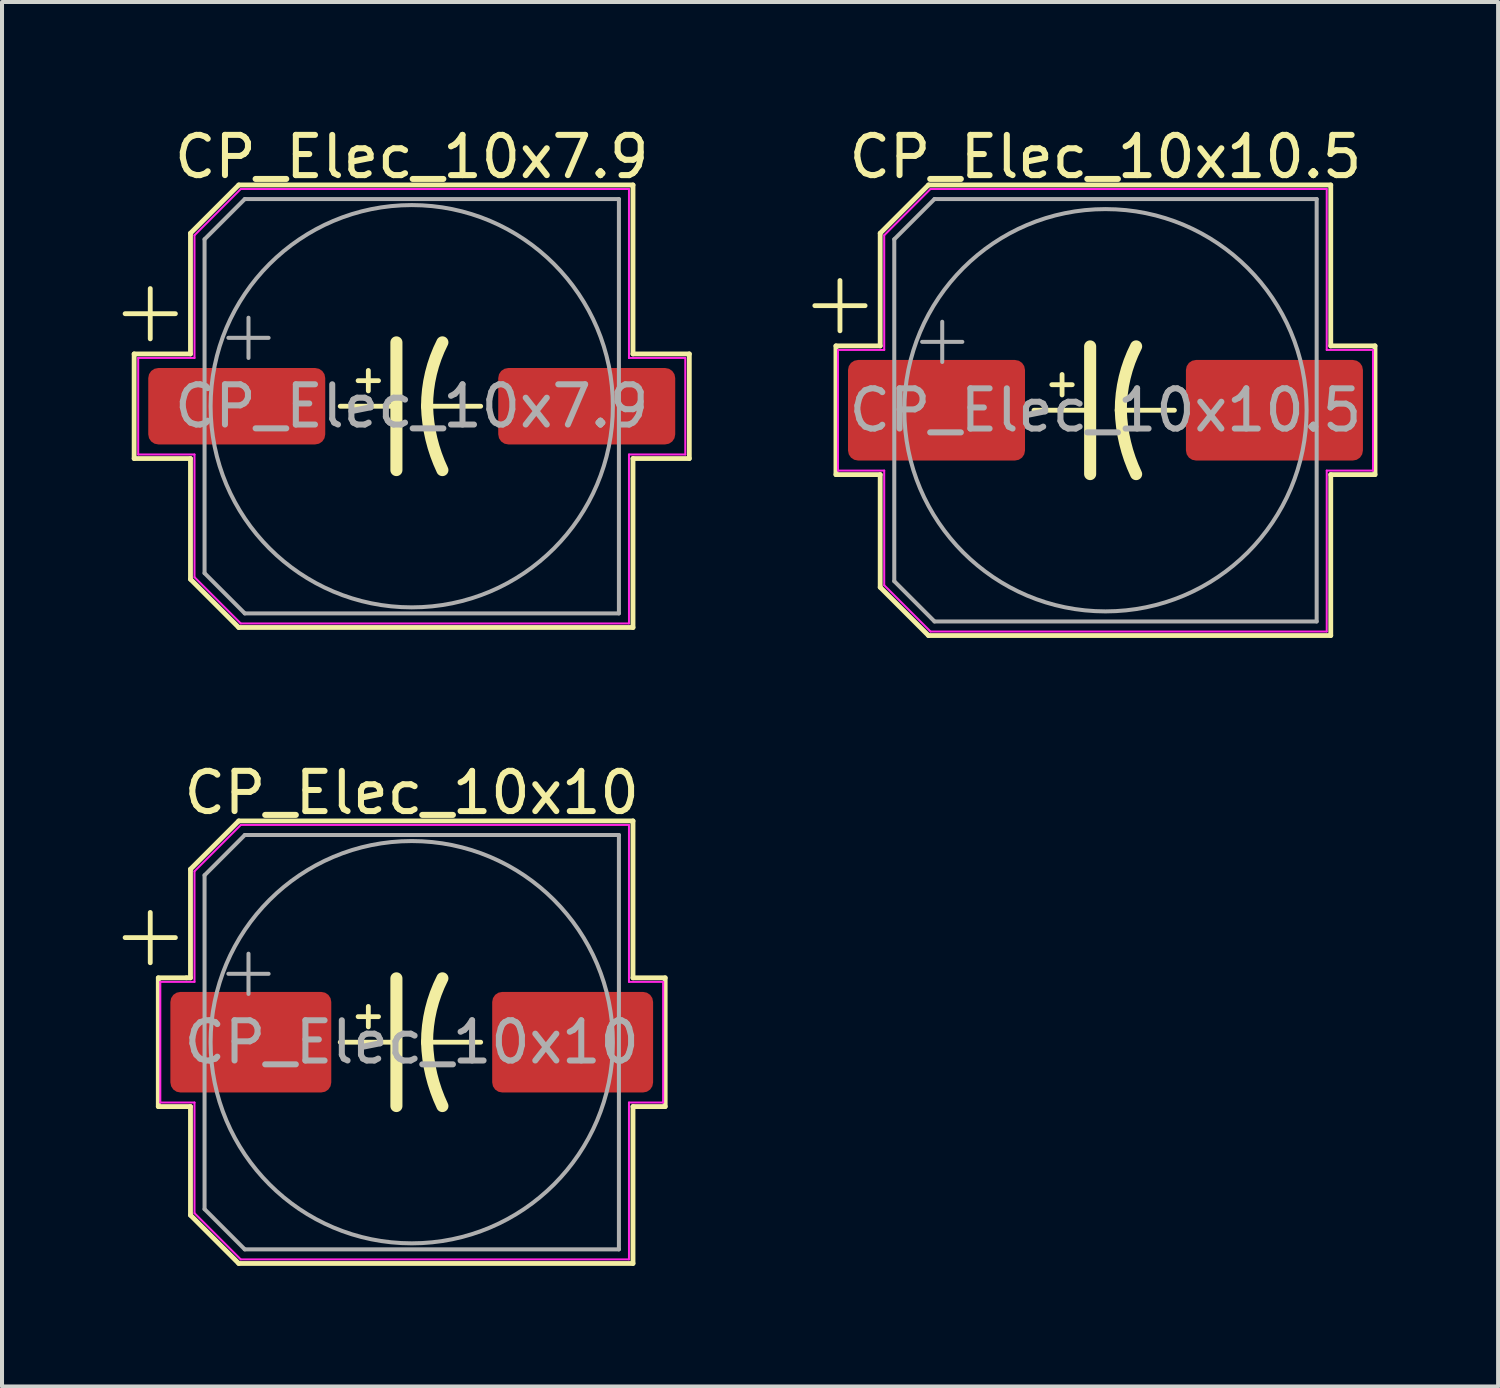
<source format=kicad_pcb>
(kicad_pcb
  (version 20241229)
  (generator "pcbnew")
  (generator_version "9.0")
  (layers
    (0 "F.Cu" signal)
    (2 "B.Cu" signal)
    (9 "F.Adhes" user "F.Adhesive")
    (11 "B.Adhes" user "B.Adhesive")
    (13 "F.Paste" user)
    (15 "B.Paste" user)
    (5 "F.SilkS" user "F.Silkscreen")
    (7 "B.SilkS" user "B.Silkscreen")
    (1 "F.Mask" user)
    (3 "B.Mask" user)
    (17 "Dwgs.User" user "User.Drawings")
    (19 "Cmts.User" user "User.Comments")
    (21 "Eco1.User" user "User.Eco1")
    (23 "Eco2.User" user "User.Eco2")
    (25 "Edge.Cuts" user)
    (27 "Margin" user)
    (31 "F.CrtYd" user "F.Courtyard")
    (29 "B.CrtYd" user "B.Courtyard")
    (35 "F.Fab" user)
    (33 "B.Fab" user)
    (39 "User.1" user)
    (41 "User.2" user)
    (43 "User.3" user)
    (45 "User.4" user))
  (footprint "CP_Elec_10x10.5"
    (layer "F.Cu")
    (at 24.43 7.148)
    (property "Reference" "CP_Elec_10x10.5" (at 0 -6.3 0) (layer "F.SilkS") (effects (font (size 1 1) (thickness 0.15))))
    (attr smd)
    (fp_line (start -7.225 -2.6) (end -5.975 -2.6) (stroke (width 0.12) (type solid)) (layer "F.SilkS"))
    (fp_line (start -6.7 -1.6) (end -6.7 1.6) (stroke (width 0.12) (type solid)) (layer "F.SilkS"))
    (fp_line (start -6.7 1.6) (end -5.6 1.6) (stroke (width 0.12) (type solid)) (layer "F.SilkS"))
    (fp_line (start -6.6 -3.225) (end -6.6 -1.975) (stroke (width 0.12) (type solid)) (layer "F.SilkS"))
    (fp_line (start -5.6 -4.4) (end -5.6 -1.6) (stroke (width 0.12) (type solid)) (layer "F.SilkS"))
    (fp_line (start -5.6 -1.6) (end -6.7 -1.6) (stroke (width 0.12) (type solid)) (layer "F.SilkS"))
    (fp_line (start -5.6 1.6) (end -5.6 4.4) (stroke (width 0.12) (type solid)) (layer "F.SilkS"))
    (fp_line (start -5.6 4.4) (end -4.4 5.6) (stroke (width 0.12) (type solid)) (layer "F.SilkS"))
    (fp_line (start -4.4 -5.6) (end -5.6 -4.4) (stroke (width 0.12) (type solid)) (layer "F.SilkS"))
    (fp_line (start -4.4 5.6) (end 5.6 5.6) (stroke (width 0.12) (type solid)) (layer "F.SilkS"))
    (fp_line (start -1.778 0) (end -0.381 0) (stroke (width 0.12) (type solid)) (layer "F.SilkS"))
    (fp_line (start -1.079 -0.381) (end -1.079 -0.889) (stroke (width 0.12) (type solid)) (layer "F.SilkS"))
    (fp_line (start -0.826 -0.635) (end -1.333 -0.635) (stroke (width 0.12) (type solid)) (layer "F.SilkS"))
    (fp_line (start -0.381 -1.587) (end -0.381 1.587) (stroke (width 0.3) (type solid)) (layer "F.SilkS"))
    (fp_line (start 1.714 0) (end 0.381 0) (stroke (width 0.12) (type solid)) (layer "F.SilkS"))
    (fp_line (start 5.6 -5.6) (end -4.4 -5.6) (stroke (width 0.12) (type solid)) (layer "F.SilkS"))
    (fp_line (start 5.6 -1.6) (end 5.6 -5.6) (stroke (width 0.12) (type solid)) (layer "F.SilkS"))
    (fp_line (start 5.6 1.6) (end 6.7 1.6) (stroke (width 0.12) (type solid)) (layer "F.SilkS"))
    (fp_line (start 5.6 5.6) (end 5.6 1.6) (stroke (width 0.12) (type solid)) (layer "F.SilkS"))
    (fp_line (start 6.7 -1.6) (end 5.6 -1.6) (stroke (width 0.12) (type solid)) (layer "F.SilkS"))
    (fp_line (start 6.7 1.6) (end 6.7 -1.6) (stroke (width 0.12) (type solid)) (layer "F.SilkS"))
    (fp_arc (start 0.381 0) (mid 0.477553 -0.816297) (end 0.762 -1.5875) (stroke (width 0.3) (type solid)) (layer "F.SilkS"))
    (fp_arc (start 0.762 1.5875) (mid 0.488774 0.813604) (end 0.381 0) (stroke (width 0.3) (type solid)) (layer "F.SilkS"))
    (fp_line (start -6.65 -1.5) (end -6.65 1.5) (stroke (width 0.05) (type solid)) (layer "F.CrtYd"))
    (fp_line (start -6.65 1.5) (end -5.5 1.5) (stroke (width 0.05) (type solid)) (layer "F.CrtYd"))
    (fp_line (start -5.5 -4.35) (end -5.5 -1.5) (stroke (width 0.05) (type solid)) (layer "F.CrtYd"))
    (fp_line (start -5.5 -4.35) (end -4.35 -5.5) (stroke (width 0.05) (type solid)) (layer "F.CrtYd"))
    (fp_line (start -5.5 -1.5) (end -6.65 -1.5) (stroke (width 0.05) (type solid)) (layer "F.CrtYd"))
    (fp_line (start -5.5 1.5) (end -5.5 4.35) (stroke (width 0.05) (type solid)) (layer "F.CrtYd"))
    (fp_line (start -5.5 4.35) (end -4.35 5.5) (stroke (width 0.05) (type solid)) (layer "F.CrtYd"))
    (fp_line (start -4.35 -5.5) (end 5.5 -5.5) (stroke (width 0.05) (type solid)) (layer "F.CrtYd"))
    (fp_line (start -4.35 5.5) (end 5.5 5.5) (stroke (width 0.05) (type solid)) (layer "F.CrtYd"))
    (fp_line (start 5.5 -5.5) (end 5.5 -1.5) (stroke (width 0.05) (type solid)) (layer "F.CrtYd"))
    (fp_line (start 5.5 -1.5) (end 6.65 -1.5) (stroke (width 0.05) (type solid)) (layer "F.CrtYd"))
    (fp_line (start 5.5 1.5) (end 5.5 5.5) (stroke (width 0.05) (type solid)) (layer "F.CrtYd"))
    (fp_line (start 6.65 -1.5) (end 6.65 1.5) (stroke (width 0.05) (type solid)) (layer "F.CrtYd"))
    (fp_line (start 6.65 1.5) (end 5.5 1.5) (stroke (width 0.05) (type solid)) (layer "F.CrtYd"))
    (fp_line (start -5.25 -4.25) (end -5.25 4.25) (stroke (width 0.1) (type solid)) (layer "F.Fab"))
    (fp_line (start -5.25 -4.25) (end -4.25 -5.25) (stroke (width 0.1) (type solid)) (layer "F.Fab"))
    (fp_line (start -5.25 4.25) (end -4.25 5.25) (stroke (width 0.1) (type solid)) (layer "F.Fab"))
    (fp_line (start -4.558 -1.7) (end -3.558 -1.7) (stroke (width 0.1) (type solid)) (layer "F.Fab"))
    (fp_line (start -4.25 -5.25) (end 5.25 -5.25) (stroke (width 0.1) (type solid)) (layer "F.Fab"))
    (fp_line (start -4.25 5.25) (end 5.25 5.25) (stroke (width 0.1) (type solid)) (layer "F.Fab"))
    (fp_line (start -4.058 -2.2) (end -4.058 -1.2) (stroke (width 0.1) (type solid)) (layer "F.Fab"))
    (fp_line (start 5.25 -5.25) (end 5.25 5.25) (stroke (width 0.1) (type solid)) (layer "F.Fab"))
    (fp_circle (center 0 0) (end 5 0) (stroke (width 0.1) (type solid)) (fill no) (layer "F.Fab"))
    (fp_text user "${REFERENCE}" (at 0 0 0) (layer "F.Fab") (effects (font (size 1 1) (thickness 0.15))))
    (pad "1" smd roundrect (at -4.2 0) (size 4.4 2.5) (layers "F.Cu" "F.Mask" "F.Paste") (roundrect_rratio 0.1))
    (pad "2" smd roundrect (at 4.2 0) (size 4.4 2.5) (layers "F.Cu" "F.Mask" "F.Paste") (roundrect_rratio 0.1)))
  (footprint "CP_Elec_10x10"
    (layer "F.Cu")
    (at 7.185 22.857)
    (property "Reference" "CP_Elec_10x10" (at 0 -6.2 0) (layer "F.SilkS") (effects (font (size 1 1) (thickness 0.15))))
    (attr smd)
    (fp_line (start -7.125 -2.6) (end -5.875 -2.6) (stroke (width 0.12) (type solid)) (layer "F.SilkS"))
    (fp_line (start -6.5 -3.225) (end -6.5 -1.975) (stroke (width 0.12) (type solid)) (layer "F.SilkS"))
    (fp_line (start -6.3 -1.6) (end -6.3 1.6) (stroke (width 0.12) (type solid)) (layer "F.SilkS"))
    (fp_line (start -6.3 1.6) (end -5.5 1.6) (stroke (width 0.12) (type solid)) (layer "F.SilkS"))
    (fp_line (start -5.6 -1.6) (end -6.3 -1.6) (stroke (width 0.12) (type solid)) (layer "F.SilkS"))
    (fp_line (start -5.5 -4.3) (end -5.5 -1.6) (stroke (width 0.12) (type solid)) (layer "F.SilkS"))
    (fp_line (start -5.5 -1.6) (end -5.6 -1.6) (stroke (width 0.12) (type solid)) (layer "F.SilkS"))
    (fp_line (start -5.5 1.6) (end -5.5 4.3) (stroke (width 0.12) (type solid)) (layer "F.SilkS"))
    (fp_line (start -5.5 4.3) (end -4.3 5.5) (stroke (width 0.12) (type solid)) (layer "F.SilkS"))
    (fp_line (start -4.3 -5.5) (end -5.5 -4.3) (stroke (width 0.12) (type solid)) (layer "F.SilkS"))
    (fp_line (start -4.3 5.5) (end 5.5 5.5) (stroke (width 0.12) (type solid)) (layer "F.SilkS"))
    (fp_line (start -1.778 0) (end -0.381 0) (stroke (width 0.12) (type solid)) (layer "F.SilkS"))
    (fp_line (start -1.079 -0.381) (end -1.079 -0.889) (stroke (width 0.12) (type solid)) (layer "F.SilkS"))
    (fp_line (start -0.826 -0.635) (end -1.333 -0.635) (stroke (width 0.12) (type solid)) (layer "F.SilkS"))
    (fp_line (start -0.381 -1.587) (end -0.381 1.587) (stroke (width 0.3) (type solid)) (layer "F.SilkS"))
    (fp_line (start 1.714 0) (end 0.381 0) (stroke (width 0.12) (type solid)) (layer "F.SilkS"))
    (fp_line (start 5.5 -5.5) (end -4.3 -5.5) (stroke (width 0.12) (type solid)) (layer "F.SilkS"))
    (fp_line (start 5.5 -1.6) (end 5.5 -5.5) (stroke (width 0.12) (type solid)) (layer "F.SilkS"))
    (fp_line (start 5.5 1.6) (end 6.3 1.6) (stroke (width 0.12) (type solid)) (layer "F.SilkS"))
    (fp_line (start 5.5 5.5) (end 5.5 1.6) (stroke (width 0.12) (type solid)) (layer "F.SilkS"))
    (fp_line (start 6.3 -1.6) (end 5.5 -1.6) (stroke (width 0.12) (type solid)) (layer "F.SilkS"))
    (fp_line (start 6.3 1.6) (end 6.3 -1.6) (stroke (width 0.12) (type solid)) (layer "F.SilkS"))
    (fp_arc (start 0.381 0) (mid 0.477553 -0.816297) (end 0.762 -1.5875) (stroke (width 0.3) (type solid)) (layer "F.SilkS"))
    (fp_arc (start 0.762 1.5875) (mid 0.488774 0.813604) (end 0.381 0) (stroke (width 0.3) (type solid)) (layer "F.SilkS"))
    (fp_line (start -6.25 -1.5) (end -6.25 1.5) (stroke (width 0.05) (type solid)) (layer "F.CrtYd"))
    (fp_line (start -6.25 1.5) (end -5.4 1.5) (stroke (width 0.05) (type solid)) (layer "F.CrtYd"))
    (fp_line (start -5.4 -4.25) (end -5.4 -1.5) (stroke (width 0.05) (type solid)) (layer "F.CrtYd"))
    (fp_line (start -5.4 -4.25) (end -4.25 -5.4) (stroke (width 0.05) (type solid)) (layer "F.CrtYd"))
    (fp_line (start -5.4 -1.5) (end -6.25 -1.5) (stroke (width 0.05) (type solid)) (layer "F.CrtYd"))
    (fp_line (start -5.4 1.5) (end -5.4 4.25) (stroke (width 0.05) (type solid)) (layer "F.CrtYd"))
    (fp_line (start -5.4 4.25) (end -4.25 5.4) (stroke (width 0.05) (type solid)) (layer "F.CrtYd"))
    (fp_line (start -4.25 -5.4) (end 5.4 -5.4) (stroke (width 0.05) (type solid)) (layer "F.CrtYd"))
    (fp_line (start -4.25 5.4) (end 5.4 5.4) (stroke (width 0.05) (type solid)) (layer "F.CrtYd"))
    (fp_line (start 5.4 -5.4) (end 5.4 -1.5) (stroke (width 0.05) (type solid)) (layer "F.CrtYd"))
    (fp_line (start 5.4 -1.5) (end 6.25 -1.5) (stroke (width 0.05) (type solid)) (layer "F.CrtYd"))
    (fp_line (start 5.4 1.5) (end 5.4 5.4) (stroke (width 0.05) (type solid)) (layer "F.CrtYd"))
    (fp_line (start 6.25 -1.5) (end 6.25 1.5) (stroke (width 0.05) (type solid)) (layer "F.CrtYd"))
    (fp_line (start 6.25 1.5) (end 5.4 1.5) (stroke (width 0.05) (type solid)) (layer "F.CrtYd"))
    (fp_line (start -5.15 -4.15) (end -5.15 4.15) (stroke (width 0.1) (type solid)) (layer "F.Fab"))
    (fp_line (start -5.15 -4.15) (end -4.15 -5.15) (stroke (width 0.1) (type solid)) (layer "F.Fab"))
    (fp_line (start -5.15 4.15) (end -4.15 5.15) (stroke (width 0.1) (type solid)) (layer "F.Fab"))
    (fp_line (start -4.558 -1.7) (end -3.558 -1.7) (stroke (width 0.1) (type solid)) (layer "F.Fab"))
    (fp_line (start -4.15 -5.15) (end 5.15 -5.15) (stroke (width 0.1) (type solid)) (layer "F.Fab"))
    (fp_line (start -4.15 5.15) (end 5.15 5.15) (stroke (width 0.1) (type solid)) (layer "F.Fab"))
    (fp_line (start -4.058 -2.2) (end -4.058 -1.2) (stroke (width 0.1) (type solid)) (layer "F.Fab"))
    (fp_line (start 5.15 -5.15) (end 5.15 5.15) (stroke (width 0.1) (type solid)) (layer "F.Fab"))
    (fp_circle (center 0 0) (end 5 0) (stroke (width 0.1) (type solid)) (fill no) (layer "F.Fab"))
    (fp_text user "${REFERENCE}" (at 0 0 0) (layer "F.Fab") (effects (font (size 1 1) (thickness 0.15))))
    (pad "1" smd roundrect (at -4 0) (size 4 2.5) (layers "F.Cu" "F.Mask" "F.Paste") (roundrect_rratio 0.1))
    (pad "2" smd roundrect (at 4 0) (size 4 2.5) (layers "F.Cu" "F.Mask" "F.Paste") (roundrect_rratio 0.1)))
  (footprint "CP_Elec_10x7.9"
    (layer "F.Cu")
    (at 7.185 7.048)
    (property "Reference" "CP_Elec_10x7.9" (at 0 -6.2 0) (layer "F.SilkS") (effects (font (size 1 1) (thickness 0.15))))
    (attr smd)
    (fp_line (start -7.125 -2.3) (end -5.875 -2.3) (stroke (width 0.12) (type solid)) (layer "F.SilkS"))
    (fp_line (start -6.9 -1.3) (end -6.9 1.3) (stroke (width 0.12) (type solid)) (layer "F.SilkS"))
    (fp_line (start -6.9 1.3) (end -5.5 1.3) (stroke (width 0.12) (type solid)) (layer "F.SilkS"))
    (fp_line (start -6.5 -2.925) (end -6.5 -1.675) (stroke (width 0.12) (type solid)) (layer "F.SilkS"))
    (fp_line (start -5.5 -4.3) (end -5.5 -1.3) (stroke (width 0.12) (type solid)) (layer "F.SilkS"))
    (fp_line (start -5.5 -1.3) (end -6.9 -1.3) (stroke (width 0.12) (type solid)) (layer "F.SilkS"))
    (fp_line (start -5.5 1.3) (end -5.5 4.3) (stroke (width 0.12) (type solid)) (layer "F.SilkS"))
    (fp_line (start -5.5 4.3) (end -4.3 5.5) (stroke (width 0.12) (type solid)) (layer "F.SilkS"))
    (fp_line (start -4.3 -5.5) (end -5.5 -4.3) (stroke (width 0.12) (type solid)) (layer "F.SilkS"))
    (fp_line (start -4.3 5.5) (end 5.5 5.5) (stroke (width 0.12) (type solid)) (layer "F.SilkS"))
    (fp_line (start -1.778 0) (end -0.381 0) (stroke (width 0.12) (type solid)) (layer "F.SilkS"))
    (fp_line (start -1.079 -0.381) (end -1.079 -0.889) (stroke (width 0.12) (type solid)) (layer "F.SilkS"))
    (fp_line (start -0.826 -0.635) (end -1.333 -0.635) (stroke (width 0.12) (type solid)) (layer "F.SilkS"))
    (fp_line (start -0.381 -1.587) (end -0.381 1.587) (stroke (width 0.3) (type solid)) (layer "F.SilkS"))
    (fp_line (start 1.714 0) (end 0.381 0) (stroke (width 0.12) (type solid)) (layer "F.SilkS"))
    (fp_line (start 5.5 -5.5) (end -4.3 -5.5) (stroke (width 0.12) (type solid)) (layer "F.SilkS"))
    (fp_line (start 5.5 -1.3) (end 5.5 -5.5) (stroke (width 0.12) (type solid)) (layer "F.SilkS"))
    (fp_line (start 5.5 1.3) (end 6.9 1.3) (stroke (width 0.12) (type solid)) (layer "F.SilkS"))
    (fp_line (start 5.5 5.5) (end 5.5 1.3) (stroke (width 0.12) (type solid)) (layer "F.SilkS"))
    (fp_line (start 6.9 -1.3) (end 5.5 -1.3) (stroke (width 0.12) (type solid)) (layer "F.SilkS"))
    (fp_line (start 6.9 1.3) (end 6.9 -1.3) (stroke (width 0.12) (type solid)) (layer "F.SilkS"))
    (fp_arc (start 0.381 0) (mid 0.477553 -0.816297) (end 0.762 -1.5875) (stroke (width 0.3) (type solid)) (layer "F.SilkS"))
    (fp_arc (start 0.762 1.5875) (mid 0.488774 0.813604) (end 0.381 0) (stroke (width 0.3) (type solid)) (layer "F.SilkS"))
    (fp_line (start -6.8 -1.2) (end -6.8 1.2) (stroke (width 0.05) (type solid)) (layer "F.CrtYd"))
    (fp_line (start -6.8 1.2) (end -5.4 1.2) (stroke (width 0.05) (type solid)) (layer "F.CrtYd"))
    (fp_line (start -5.4 -4.25) (end -5.4 -1.2) (stroke (width 0.05) (type solid)) (layer "F.CrtYd"))
    (fp_line (start -5.4 -4.25) (end -4.25 -5.4) (stroke (width 0.05) (type solid)) (layer "F.CrtYd"))
    (fp_line (start -5.4 -1.2) (end -6.8 -1.2) (stroke (width 0.05) (type solid)) (layer "F.CrtYd"))
    (fp_line (start -5.4 1.2) (end -5.4 4.25) (stroke (width 0.05) (type solid)) (layer "F.CrtYd"))
    (fp_line (start -5.4 4.25) (end -4.25 5.4) (stroke (width 0.05) (type solid)) (layer "F.CrtYd"))
    (fp_line (start -4.25 -5.4) (end 5.4 -5.4) (stroke (width 0.05) (type solid)) (layer "F.CrtYd"))
    (fp_line (start -4.25 5.4) (end 5.4 5.4) (stroke (width 0.05) (type solid)) (layer "F.CrtYd"))
    (fp_line (start 5.4 -5.4) (end 5.4 -1.2) (stroke (width 0.05) (type solid)) (layer "F.CrtYd"))
    (fp_line (start 5.4 -1.2) (end 6.8 -1.2) (stroke (width 0.05) (type solid)) (layer "F.CrtYd"))
    (fp_line (start 5.4 1.2) (end 5.4 5.4) (stroke (width 0.05) (type solid)) (layer "F.CrtYd"))
    (fp_line (start 6.8 -1.2) (end 6.8 1.2) (stroke (width 0.05) (type solid)) (layer "F.CrtYd"))
    (fp_line (start 6.8 1.2) (end 5.4 1.2) (stroke (width 0.05) (type solid)) (layer "F.CrtYd"))
    (fp_line (start -5.15 -4.15) (end -5.15 4.15) (stroke (width 0.1) (type solid)) (layer "F.Fab"))
    (fp_line (start -5.15 -4.15) (end -4.15 -5.15) (stroke (width 0.1) (type solid)) (layer "F.Fab"))
    (fp_line (start -5.15 4.15) (end -4.15 5.15) (stroke (width 0.1) (type solid)) (layer "F.Fab"))
    (fp_line (start -4.558 -1.7) (end -3.558 -1.7) (stroke (width 0.1) (type solid)) (layer "F.Fab"))
    (fp_line (start -4.15 -5.15) (end 5.15 -5.15) (stroke (width 0.1) (type solid)) (layer "F.Fab"))
    (fp_line (start -4.15 5.15) (end 5.15 5.15) (stroke (width 0.1) (type solid)) (layer "F.Fab"))
    (fp_line (start -4.058 -2.2) (end -4.058 -1.2) (stroke (width 0.1) (type solid)) (layer "F.Fab"))
    (fp_line (start 5.15 -5.15) (end 5.15 5.15) (stroke (width 0.1) (type solid)) (layer "F.Fab"))
    (fp_circle (center 0 0) (end 5 0) (stroke (width 0.1) (type solid)) (fill no) (layer "F.Fab"))
    (fp_text user "${REFERENCE}" (at 0 0 0) (layer "F.Fab") (effects (font (size 1 1) (thickness 0.15))))
    (pad "1" smd roundrect (at -4.35 0) (size 4.4 1.9) (layers "F.Cu" "F.Mask" "F.Paste") (roundrect_rratio 0.132))
    (pad "2" smd roundrect (at 4.35 0) (size 4.4 1.9) (layers "F.Cu" "F.Mask" "F.Paste") (roundrect_rratio 0.132)))
  (gr_rect
    (start -3 -3)
    (end 34.19 31.416)
    (stroke (width 0.1) (type default))
    (fill no)
    (layer "Edge.Cuts")))
</source>
